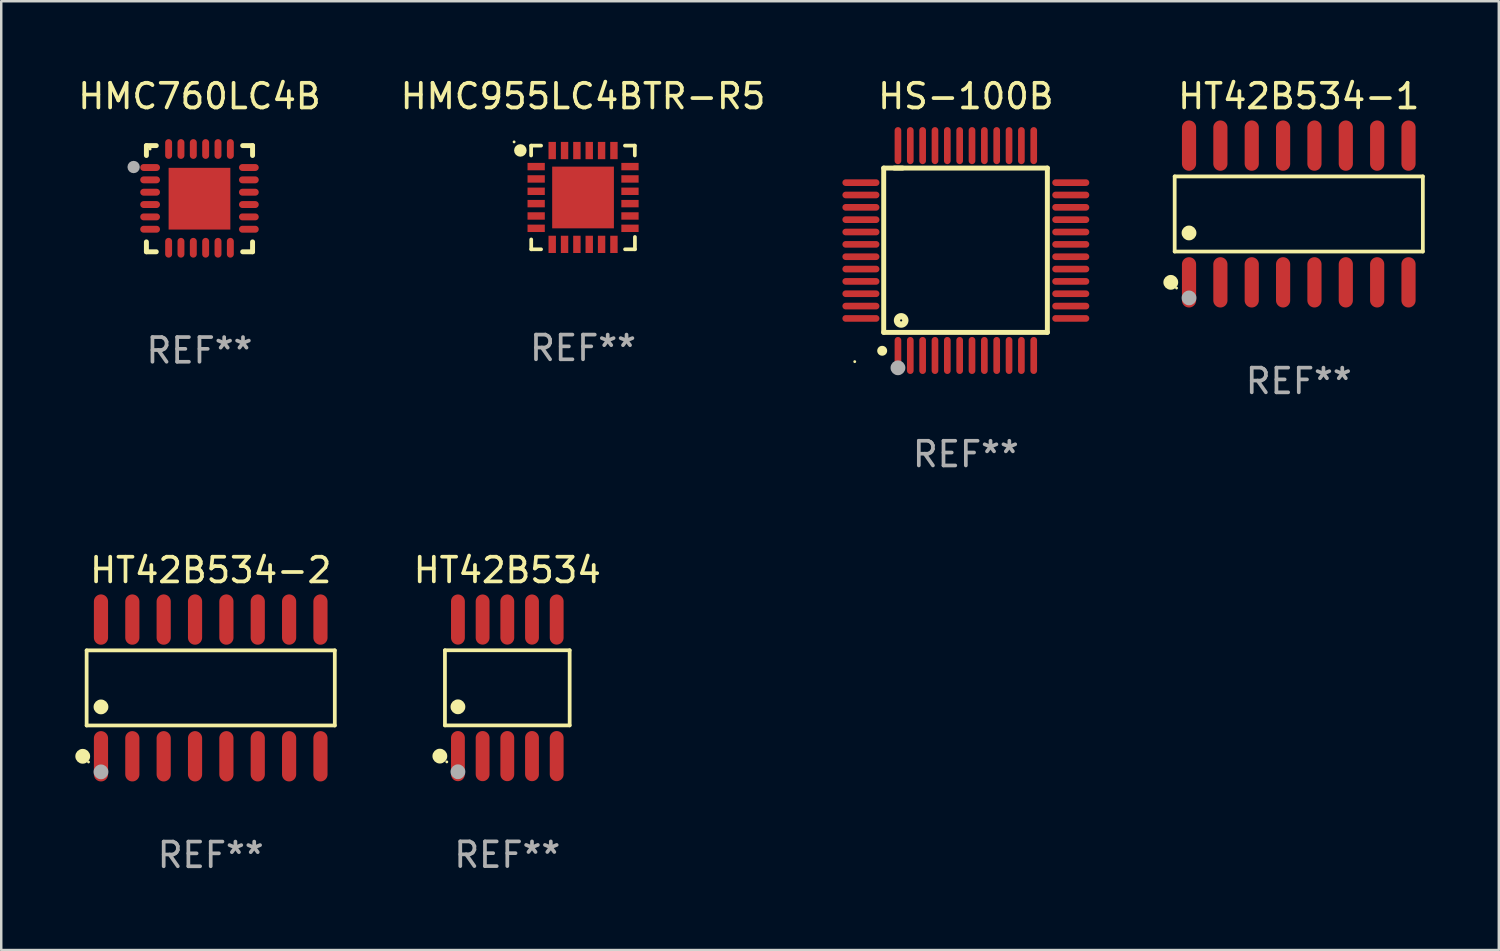
<source format=kicad_pcb>
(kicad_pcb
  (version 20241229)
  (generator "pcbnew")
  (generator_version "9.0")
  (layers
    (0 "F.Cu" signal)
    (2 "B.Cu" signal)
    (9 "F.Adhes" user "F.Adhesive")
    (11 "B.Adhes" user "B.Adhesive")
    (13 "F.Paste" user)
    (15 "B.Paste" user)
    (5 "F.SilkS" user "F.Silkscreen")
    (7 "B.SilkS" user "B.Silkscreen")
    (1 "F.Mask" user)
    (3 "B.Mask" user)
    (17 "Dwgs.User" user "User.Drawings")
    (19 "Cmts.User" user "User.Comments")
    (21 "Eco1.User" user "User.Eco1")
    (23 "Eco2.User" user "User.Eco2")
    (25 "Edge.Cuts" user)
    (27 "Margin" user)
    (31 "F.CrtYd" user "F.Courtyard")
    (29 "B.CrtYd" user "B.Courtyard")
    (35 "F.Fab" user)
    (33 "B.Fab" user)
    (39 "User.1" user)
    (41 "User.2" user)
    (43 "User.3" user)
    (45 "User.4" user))
  (footprint "HT42B534-2"
    (layer "F.Cu")
    (at 5.485 24.814)
    (property "Reference" "HT42B534-2" (at 0 -4.769 0) (layer "F.SilkS") (effects (font (size 1 1) (thickness 0.15))))
    (attr through_hole)
    (fp_line (start -5.026 -1.521) (end 5.026 -1.521) (stroke (width 0.152) (type solid)) (layer "F.SilkS"))
    (fp_line (start -5.026 1.521) (end -5.026 -1.521) (stroke (width 0.152) (type solid)) (layer "F.SilkS"))
    (fp_line (start 5.026 -1.521) (end 5.026 1.521) (stroke (width 0.152) (type solid)) (layer "F.SilkS"))
    (fp_line (start 5.026 1.521) (end -5.026 1.521) (stroke (width 0.152) (type solid)) (layer "F.SilkS"))
    (fp_circle (center -5.184 2.769) (end -5.034 2.769) (stroke (width 0.3) (type solid)) (fill no) (layer "F.SilkS"))
    (fp_circle (center -4.95 3) (end -4.92 3) (stroke (width 0.06) (type solid)) (fill no) (layer "F.SilkS"))
    (fp_circle (center -4.445 0.769) (end -4.295 0.769) (stroke (width 0.3) (type solid)) (fill no) (layer "F.SilkS"))
    (fp_circle (center -4.445 3.4) (end -4.295 3.4) (stroke (width 0.3) (type solid)) (fill no) (layer "F.Fab"))
    (fp_text user "REF**" (at 0 6.769 0) (layer "F.Fab") (effects (font (size 1 1) (thickness 0.15))))
    (pad "1" smd oval (at -4.445 2.769) (size 0.574 2.038) (layers "F.Cu" "F.Mask" "F.Paste"))
    (pad "2" smd oval (at -3.175 2.769) (size 0.574 2.038) (layers "F.Cu" "F.Mask" "F.Paste"))
    (pad "3" smd oval (at -1.905 2.769) (size 0.574 2.038) (layers "F.Cu" "F.Mask" "F.Paste"))
    (pad "4" smd oval (at -0.635 2.769) (size 0.574 2.038) (layers "F.Cu" "F.Mask" "F.Paste"))
    (pad "5" smd oval (at 0.635 2.769) (size 0.574 2.038) (layers "F.Cu" "F.Mask" "F.Paste"))
    (pad "6" smd oval (at 1.905 2.769) (size 0.574 2.038) (layers "F.Cu" "F.Mask" "F.Paste"))
    (pad "7" smd oval (at 3.175 2.769) (size 0.574 2.038) (layers "F.Cu" "F.Mask" "F.Paste"))
    (pad "8" smd oval (at 4.445 2.769) (size 0.574 2.038) (layers "F.Cu" "F.Mask" "F.Paste"))
    (pad "9" smd oval (at 4.445 -2.769) (size 0.574 2.038) (layers "F.Cu" "F.Mask" "F.Paste"))
    (pad "10" smd oval (at 3.175 -2.769) (size 0.574 2.038) (layers "F.Cu" "F.Mask" "F.Paste"))
    (pad "11" smd oval (at 1.905 -2.769) (size 0.574 2.038) (layers "F.Cu" "F.Mask" "F.Paste"))
    (pad "12" smd oval (at 0.635 -2.769) (size 0.574 2.038) (layers "F.Cu" "F.Mask" "F.Paste"))
    (pad "13" smd oval (at -0.635 -2.769) (size 0.574 2.038) (layers "F.Cu" "F.Mask" "F.Paste"))
    (pad "14" smd oval (at -1.905 -2.769) (size 0.574 2.038) (layers "F.Cu" "F.Mask" "F.Paste"))
    (pad "15" smd oval (at -3.175 -2.769) (size 0.574 2.038) (layers "F.Cu" "F.Mask" "F.Paste"))
    (pad "16" smd oval (at -4.445 -2.769) (size 0.574 2.038) (layers "F.Cu" "F.Mask" "F.Paste")))
  (footprint "HMC760LC4B"
    (layer "F.Cu")
    (at 5.03 4.998)
    (property "Reference" "HMC760LC4B" (at 0 -4.15 0) (layer "F.SilkS") (effects (font (size 1 1) (thickness 0.15))))
    (attr through_hole)
    (fp_line (start -2.15 -2.15) (end -1.75 -2.15) (stroke (width 0.2) (type solid)) (layer "F.SilkS"))
    (fp_line (start -2.15 -1.75) (end -2.15 -2.15) (stroke (width 0.2) (type solid)) (layer "F.SilkS"))
    (fp_line (start -2.15 2.15) (end -2.15 1.75) (stroke (width 0.2) (type solid)) (layer "F.SilkS"))
    (fp_line (start -1.75 2.15) (end -2.15 2.15) (stroke (width 0.2) (type solid)) (layer "F.SilkS"))
    (fp_line (start 1.75 -2.15) (end 2.15 -2.15) (stroke (width 0.2) (type solid)) (layer "F.SilkS"))
    (fp_line (start 1.75 2.15) (end 2.15 2.15) (stroke (width 0.2) (type solid)) (layer "F.SilkS"))
    (fp_line (start 2.15 -2.15) (end 2.15 -1.75) (stroke (width 0.2) (type solid)) (layer "F.SilkS"))
    (fp_line (start 2.15 2.15) (end 2.15 1.75) (stroke (width 0.2) (type solid)) (layer "F.SilkS"))
    (fp_circle (center -2 -2.013) (end -1.97 -2.013) (stroke (width 0.06) (type solid)) (fill no) (layer "F.SilkS"))
    (fp_circle (center -2.667 -1.283) (end -2.542 -1.283) (stroke (width 0.25) (type solid)) (fill no) (layer "F.Fab"))
    (fp_text user "REF**" (at 0 6.15 0) (layer "F.Fab") (effects (font (size 1 1) (thickness 0.15))))
    (pad "1" smd oval (at -2 -1.263) (size 0.8 0.28) (layers "F.Cu" "F.Mask" "F.Paste"))
    (pad "2" smd oval (at -2 -0.763) (size 0.8 0.28) (layers "F.Cu" "F.Mask" "F.Paste"))
    (pad "3" smd oval (at -2 -0.263) (size 0.8 0.28) (layers "F.Cu" "F.Mask" "F.Paste"))
    (pad "4" smd oval (at -2 0.237) (size 0.8 0.28) (layers "F.Cu" "F.Mask" "F.Paste"))
    (pad "5" smd oval (at -2 0.737) (size 0.8 0.28) (layers "F.Cu" "F.Mask" "F.Paste"))
    (pad "6" smd oval (at -2 1.237) (size 0.8 0.28) (layers "F.Cu" "F.Mask" "F.Paste"))
    (pad "7" smd oval (at -1.25 1.987) (size 0.28 0.8) (layers "F.Cu" "F.Mask" "F.Paste"))
    (pad "8" smd oval (at -0.75 1.987) (size 0.28 0.8) (layers "F.Cu" "F.Mask" "F.Paste"))
    (pad "9" smd oval (at -0.25 1.987) (size 0.28 0.8) (layers "F.Cu" "F.Mask" "F.Paste"))
    (pad "10" smd oval (at 0.25 1.987) (size 0.28 0.8) (layers "F.Cu" "F.Mask" "F.Paste"))
    (pad "11" smd oval (at 0.75 1.987) (size 0.28 0.8) (layers "F.Cu" "F.Mask" "F.Paste"))
    (pad "12" smd oval (at 1.25 1.987) (size 0.28 0.8) (layers "F.Cu" "F.Mask" "F.Paste"))
    (pad "13" smd oval (at 2 1.237) (size 0.8 0.28) (layers "F.Cu" "F.Mask" "F.Paste"))
    (pad "14" smd oval (at 2 0.737) (size 0.8 0.28) (layers "F.Cu" "F.Mask" "F.Paste"))
    (pad "15" smd oval (at 2 0.237) (size 0.8 0.28) (layers "F.Cu" "F.Mask" "F.Paste"))
    (pad "16" smd oval (at 2 -0.263) (size 0.8 0.28) (layers "F.Cu" "F.Mask" "F.Paste"))
    (pad "17" smd oval (at 2 -0.763) (size 0.8 0.28) (layers "F.Cu" "F.Mask" "F.Paste"))
    (pad "18" smd oval (at 2 -1.263) (size 0.8 0.28) (layers "F.Cu" "F.Mask" "F.Paste"))
    (pad "19" smd oval (at 1.25 -2.013) (size 0.28 0.8) (layers "F.Cu" "F.Mask" "F.Paste"))
    (pad "20" smd oval (at 0.75 -2.013) (size 0.28 0.8) (layers "F.Cu" "F.Mask" "F.Paste"))
    (pad "21" smd oval (at 0.25 -2.013) (size 0.28 0.8) (layers "F.Cu" "F.Mask" "F.Paste"))
    (pad "22" smd oval (at -0.25 -2.013) (size 0.28 0.8) (layers "F.Cu" "F.Mask" "F.Paste"))
    (pad "23" smd oval (at -0.75 -2.013) (size 0.28 0.8) (layers "F.Cu" "F.Mask" "F.Paste"))
    (pad "24" smd oval (at -1.25 -2.013) (size 0.28 0.8) (layers "F.Cu" "F.Mask" "F.Paste"))
    (pad "25" smd rect (at -0.000127 -0.00014) (size 2.5 2.5) (layers "F.Cu" "F.Mask" "F.Paste")))
  (footprint "HS-100B"
    (layer "F.Cu")
    (at 36.071 7.098)
    (property "Reference" "HS-100B" (at 0 -6.25 0) (layer "F.SilkS") (effects (font (size 1 1) (thickness 0.15))))
    (attr through_hole)
    (fp_line (start -3.327 -3.34) (end -2.565 -3.34) (stroke (width 0.2) (type solid)) (layer "F.SilkS"))
    (fp_line (start -3.327 3.315) (end -3.327 -3.34) (stroke (width 0.2) (type solid)) (layer "F.SilkS"))
    (fp_line (start -2.896 -3.34) (end 3.302 -3.34) (stroke (width 0.2) (type solid)) (layer "F.SilkS"))
    (fp_line (start 3.302 -3.34) (end 3.302 3.315) (stroke (width 0.2) (type solid)) (layer "F.SilkS"))
    (fp_line (start 3.302 3.315) (end -3.327 3.315) (stroke (width 0.2) (type solid)) (layer "F.SilkS"))
    (fp_arc (start -3.389992 4.059995) (mid -3.388722 4.059991) (end -3.387452 4.059995) (stroke (width 0.4) (type solid)) (layer "F.SilkS"))
    (fp_circle (center -4.5 4.5) (end -4.47 4.5) (stroke (width 0.06) (type solid)) (fill no) (layer "F.SilkS"))
    (fp_circle (center -2.62 2.83) (end -2.45 2.83) (stroke (width 0.254) (type solid)) (fill no) (layer "F.SilkS"))
    (fp_circle (center -2.75 4.75) (end -2.6 4.75) (stroke (width 0.3) (type solid)) (fill no) (layer "F.Fab"))
    (fp_text user "REF**" (at 0 8.25 0) (layer "F.Fab") (effects (font (size 1 1) (thickness 0.15))))
    (pad "1" smd oval (at -2.75 4.25) (size 0.27 1.5) (layers "F.Cu" "F.Mask" "F.Paste"))
    (pad "2" smd oval (at -2.25 4.25) (size 0.27 1.5) (layers "F.Cu" "F.Mask" "F.Paste"))
    (pad "3" smd oval (at -1.75 4.25) (size 0.27 1.5) (layers "F.Cu" "F.Mask" "F.Paste"))
    (pad "4" smd oval (at -1.25 4.25) (size 0.27 1.5) (layers "F.Cu" "F.Mask" "F.Paste"))
    (pad "5" smd oval (at -0.75 4.25) (size 0.27 1.5) (layers "F.Cu" "F.Mask" "F.Paste"))
    (pad "6" smd oval (at -0.25 4.25) (size 0.27 1.5) (layers "F.Cu" "F.Mask" "F.Paste"))
    (pad "7" smd oval (at 0.25 4.25) (size 0.27 1.5) (layers "F.Cu" "F.Mask" "F.Paste"))
    (pad "8" smd oval (at 0.75 4.25) (size 0.27 1.5) (layers "F.Cu" "F.Mask" "F.Paste"))
    (pad "9" smd oval (at 1.25 4.25) (size 0.27 1.5) (layers "F.Cu" "F.Mask" "F.Paste"))
    (pad "10" smd oval (at 1.75 4.25) (size 0.27 1.5) (layers "F.Cu" "F.Mask" "F.Paste"))
    (pad "11" smd oval (at 2.25 4.25) (size 0.27 1.5) (layers "F.Cu" "F.Mask" "F.Paste"))
    (pad "12" smd oval (at 2.75 4.25) (size 0.27 1.5) (layers "F.Cu" "F.Mask" "F.Paste"))
    (pad "13" smd oval (at 4.25 2.75) (size 1.5 0.27) (layers "F.Cu" "F.Mask" "F.Paste"))
    (pad "14" smd oval (at 4.25 2.25) (size 1.5 0.27) (layers "F.Cu" "F.Mask" "F.Paste"))
    (pad "15" smd oval (at 4.25 1.75) (size 1.5 0.27) (layers "F.Cu" "F.Mask" "F.Paste"))
    (pad "16" smd oval (at 4.25 1.25) (size 1.5 0.27) (layers "F.Cu" "F.Mask" "F.Paste"))
    (pad "17" smd oval (at 4.25 0.75) (size 1.5 0.27) (layers "F.Cu" "F.Mask" "F.Paste"))
    (pad "18" smd oval (at 4.25 0.25) (size 1.5 0.27) (layers "F.Cu" "F.Mask" "F.Paste"))
    (pad "19" smd oval (at 4.25 -0.25) (size 1.5 0.27) (layers "F.Cu" "F.Mask" "F.Paste"))
    (pad "20" smd oval (at 4.25 -0.75) (size 1.5 0.27) (layers "F.Cu" "F.Mask" "F.Paste"))
    (pad "21" smd oval (at 4.25 -1.25) (size 1.5 0.27) (layers "F.Cu" "F.Mask" "F.Paste"))
    (pad "22" smd oval (at 4.25 -1.75) (size 1.5 0.27) (layers "F.Cu" "F.Mask" "F.Paste"))
    (pad "23" smd oval (at 4.25 -2.25) (size 1.5 0.27) (layers "F.Cu" "F.Mask" "F.Paste"))
    (pad "24" smd oval (at 4.25 -2.75) (size 1.5 0.27) (layers "F.Cu" "F.Mask" "F.Paste"))
    (pad "25" smd oval (at 2.75 -4.25) (size 0.27 1.5) (layers "F.Cu" "F.Mask" "F.Paste"))
    (pad "26" smd oval (at 2.25 -4.25) (size 0.27 1.5) (layers "F.Cu" "F.Mask" "F.Paste"))
    (pad "27" smd oval (at 1.75 -4.25) (size 0.27 1.5) (layers "F.Cu" "F.Mask" "F.Paste"))
    (pad "28" smd oval (at 1.25 -4.25) (size 0.27 1.5) (layers "F.Cu" "F.Mask" "F.Paste"))
    (pad "29" smd oval (at 0.75 -4.25) (size 0.27 1.5) (layers "F.Cu" "F.Mask" "F.Paste"))
    (pad "30" smd oval (at 0.25 -4.25) (size 0.27 1.5) (layers "F.Cu" "F.Mask" "F.Paste"))
    (pad "31" smd oval (at -0.25 -4.25) (size 0.27 1.5) (layers "F.Cu" "F.Mask" "F.Paste"))
    (pad "32" smd oval (at -0.75 -4.25) (size 0.27 1.5) (layers "F.Cu" "F.Mask" "F.Paste"))
    (pad "33" smd oval (at -1.25 -4.25) (size 0.27 1.5) (layers "F.Cu" "F.Mask" "F.Paste"))
    (pad "34" smd oval (at -1.75 -4.25) (size 0.27 1.5) (layers "F.Cu" "F.Mask" "F.Paste"))
    (pad "35" smd oval (at -2.25 -4.25) (size 0.27 1.5) (layers "F.Cu" "F.Mask" "F.Paste"))
    (pad "36" smd oval (at -2.75 -4.25) (size 0.27 1.5) (layers "F.Cu" "F.Mask" "F.Paste"))
    (pad "37" smd oval (at -4.25 -2.75) (size 1.5 0.27) (layers "F.Cu" "F.Mask" "F.Paste"))
    (pad "38" smd oval (at -4.25 -2.25) (size 1.5 0.27) (layers "F.Cu" "F.Mask" "F.Paste"))
    (pad "39" smd oval (at -4.25 -1.75) (size 1.5 0.27) (layers "F.Cu" "F.Mask" "F.Paste"))
    (pad "40" smd oval (at -4.25 -1.25) (size 1.5 0.27) (layers "F.Cu" "F.Mask" "F.Paste"))
    (pad "41" smd oval (at -4.25 -0.75) (size 1.5 0.27) (layers "F.Cu" "F.Mask" "F.Paste"))
    (pad "42" smd oval (at -4.25 -0.25) (size 1.5 0.27) (layers "F.Cu" "F.Mask" "F.Paste"))
    (pad "43" smd oval (at -4.25 0.25) (size 1.5 0.27) (layers "F.Cu" "F.Mask" "F.Paste"))
    (pad "44" smd oval (at -4.25 0.75) (size 1.5 0.27) (layers "F.Cu" "F.Mask" "F.Paste"))
    (pad "45" smd oval (at -4.25 1.25) (size 1.5 0.27) (layers "F.Cu" "F.Mask" "F.Paste"))
    (pad "46" smd oval (at -4.25 1.75) (size 1.5 0.27) (layers "F.Cu" "F.Mask" "F.Paste"))
    (pad "47" smd oval (at -4.25 2.25) (size 1.5 0.27) (layers "F.Cu" "F.Mask" "F.Paste"))
    (pad "48" smd oval (at -4.25 2.75) (size 1.5 0.27) (layers "F.Cu" "F.Mask" "F.Paste")))
  (footprint "HMC955LC4BTR-R5"
    (layer "F.Cu")
    (at 20.565 4.948)
    (property "Reference" "HMC955LC4BTR-R5" (at 0 -4.1 0) (layer "F.SilkS") (effects (font (size 1 1) (thickness 0.15))))
    (attr through_hole)
    (fp_line (start -2.102 -2.1) (end -1.698 -2.1) (stroke (width 0.15) (type solid)) (layer "F.SilkS"))
    (fp_line (start -2.102 -1.7) (end -2.102 -2.1) (stroke (width 0.15) (type solid)) (layer "F.SilkS"))
    (fp_line (start -2.098 1.7) (end -2.098 2.1) (stroke (width 0.15) (type solid)) (layer "F.SilkS"))
    (fp_line (start -2.098 2.1) (end -1.698 2.1) (stroke (width 0.15) (type solid)) (layer "F.SilkS"))
    (fp_line (start 1.698 -2.1) (end 2.098 -2.1) (stroke (width 0.15) (type solid)) (layer "F.SilkS"))
    (fp_line (start 2.098 -2.1) (end 2.098 -1.7) (stroke (width 0.15) (type solid)) (layer "F.SilkS"))
    (fp_line (start 2.102 1.6) (end 2.102 2.1) (stroke (width 0.15) (type solid)) (layer "F.SilkS"))
    (fp_line (start 2.102 2.1) (end 1.702 2.1) (stroke (width 0.15) (type solid)) (layer "F.SilkS"))
    (fp_circle (center -2.792 -2.25) (end -2.762 -2.25) (stroke (width 0.06) (type solid)) (fill no) (layer "F.SilkS"))
    (fp_circle (center -2.538 -1.905) (end -2.411 -1.905) (stroke (width 0.254) (type solid)) (fill no) (layer "F.SilkS"))
    (fp_text user "REF**" (at 0 6.1 0) (layer "F.Fab") (effects (font (size 1 1) (thickness 0.15))))
    (pad "1" smd rect (at -1.898 -1.25 90) (size 0.3 0.7) (layers "F.Cu" "F.Mask" "F.Paste"))
    (pad "2" smd rect (at -1.898 -0.75 90) (size 0.3 0.7) (layers "F.Cu" "F.Mask" "F.Paste"))
    (pad "3" smd rect (at -1.898 -0.25 90) (size 0.3 0.7) (layers "F.Cu" "F.Mask" "F.Paste"))
    (pad "4" smd rect (at -1.898 0.25 90) (size 0.3 0.7) (layers "F.Cu" "F.Mask" "F.Paste"))
    (pad "5" smd rect (at -1.898 0.75 90) (size 0.3 0.7) (layers "F.Cu" "F.Mask" "F.Paste"))
    (pad "6" smd rect (at -1.898 1.25 90) (size 0.3 0.7) (layers "F.Cu" "F.Mask" "F.Paste"))
    (pad "7" smd rect (at -1.248 1.9 180) (size 0.3 0.7) (layers "F.Cu" "F.Mask" "F.Paste"))
    (pad "8" smd rect (at -0.748 1.9 180) (size 0.3 0.7) (layers "F.Cu" "F.Mask" "F.Paste"))
    (pad "9" smd rect (at -0.248 1.9 180) (size 0.3 0.7) (layers "F.Cu" "F.Mask" "F.Paste"))
    (pad "10" smd rect (at 0.252 1.9 180) (size 0.3 0.7) (layers "F.Cu" "F.Mask" "F.Paste"))
    (pad "11" smd rect (at 0.752 1.9 180) (size 0.3 0.7) (layers "F.Cu" "F.Mask" "F.Paste"))
    (pad "12" smd rect (at 1.252 1.9 180) (size 0.3 0.7) (layers "F.Cu" "F.Mask" "F.Paste"))
    (pad "13" smd rect (at 1.902 1.25 270) (size 0.3 0.7) (layers "F.Cu" "F.Mask" "F.Paste"))
    (pad "14" smd rect (at 1.902 0.75 270) (size 0.3 0.7) (layers "F.Cu" "F.Mask" "F.Paste"))
    (pad "15" smd rect (at 1.902 0.25 270) (size 0.3 0.7) (layers "F.Cu" "F.Mask" "F.Paste"))
    (pad "16" smd rect (at 1.902 -0.25 270) (size 0.3 0.7) (layers "F.Cu" "F.Mask" "F.Paste"))
    (pad "17" smd rect (at 1.902 -0.75 270) (size 0.3 0.7) (layers "F.Cu" "F.Mask" "F.Paste"))
    (pad "18" smd rect (at 1.902 -1.25 270) (size 0.3 0.7) (layers "F.Cu" "F.Mask" "F.Paste"))
    (pad "19" smd rect (at 1.252 -1.9) (size 0.3 0.7) (layers "F.Cu" "F.Mask" "F.Paste"))
    (pad "20" smd rect (at 0.752 -1.9) (size 0.3 0.7) (layers "F.Cu" "F.Mask" "F.Paste"))
    (pad "21" smd rect (at 0.252 -1.9) (size 0.3 0.7) (layers "F.Cu" "F.Mask" "F.Paste"))
    (pad "22" smd rect (at -0.248 -1.9) (size 0.3 0.7) (layers "F.Cu" "F.Mask" "F.Paste"))
    (pad "23" smd rect (at -0.748 -1.9) (size 0.3 0.7) (layers "F.Cu" "F.Mask" "F.Paste"))
    (pad "24" smd rect (at -1.248 -1.9) (size 0.3 0.7) (layers "F.Cu" "F.Mask" "F.Paste"))
    (pad "25" smd rect (at 0.001 0.001) (size 2.5 2.5) (layers "F.Cu" "F.Mask" "F.Paste")))
  (footprint "HT42B534-1"
    (layer "F.Cu")
    (at 49.556 5.617)
    (property "Reference" "HT42B534-1" (at 0 -4.769 0) (layer "F.SilkS") (effects (font (size 1 1) (thickness 0.15))))
    (attr through_hole)
    (fp_line (start -5.026 -1.521) (end 5.026 -1.521) (stroke (width 0.152) (type solid)) (layer "F.SilkS"))
    (fp_line (start -5.026 1.521) (end -5.026 -1.521) (stroke (width 0.152) (type solid)) (layer "F.SilkS"))
    (fp_line (start 5.026 -1.521) (end 5.026 1.521) (stroke (width 0.152) (type solid)) (layer "F.SilkS"))
    (fp_line (start 5.026 1.521) (end -5.026 1.521) (stroke (width 0.152) (type solid)) (layer "F.SilkS"))
    (fp_circle (center -5.184 2.769) (end -5.034 2.769) (stroke (width 0.3) (type solid)) (fill no) (layer "F.SilkS"))
    (fp_circle (center -4.95 3) (end -4.92 3) (stroke (width 0.06) (type solid)) (fill no) (layer "F.SilkS"))
    (fp_circle (center -4.445 0.769) (end -4.295 0.769) (stroke (width 0.3) (type solid)) (fill no) (layer "F.SilkS"))
    (fp_circle (center -4.445 3.4) (end -4.295 3.4) (stroke (width 0.3) (type solid)) (fill no) (layer "F.Fab"))
    (fp_text user "REF**" (at 0 6.769 0) (layer "F.Fab") (effects (font (size 1 1) (thickness 0.15))))
    (pad "1" smd oval (at -4.445 2.769) (size 0.574 2.038) (layers "F.Cu" "F.Mask" "F.Paste"))
    (pad "2" smd oval (at -3.175 2.769) (size 0.574 2.038) (layers "F.Cu" "F.Mask" "F.Paste"))
    (pad "3" smd oval (at -1.905 2.769) (size 0.574 2.038) (layers "F.Cu" "F.Mask" "F.Paste"))
    (pad "4" smd oval (at -0.635 2.769) (size 0.574 2.038) (layers "F.Cu" "F.Mask" "F.Paste"))
    (pad "5" smd oval (at 0.635 2.769) (size 0.574 2.038) (layers "F.Cu" "F.Mask" "F.Paste"))
    (pad "6" smd oval (at 1.905 2.769) (size 0.574 2.038) (layers "F.Cu" "F.Mask" "F.Paste"))
    (pad "7" smd oval (at 3.175 2.769) (size 0.574 2.038) (layers "F.Cu" "F.Mask" "F.Paste"))
    (pad "8" smd oval (at 4.445 2.769) (size 0.574 2.038) (layers "F.Cu" "F.Mask" "F.Paste"))
    (pad "9" smd oval (at 4.445 -2.769) (size 0.574 2.038) (layers "F.Cu" "F.Mask" "F.Paste"))
    (pad "10" smd oval (at 3.175 -2.769) (size 0.574 2.038) (layers "F.Cu" "F.Mask" "F.Paste"))
    (pad "11" smd oval (at 1.905 -2.769) (size 0.574 2.038) (layers "F.Cu" "F.Mask" "F.Paste"))
    (pad "12" smd oval (at 0.635 -2.769) (size 0.574 2.038) (layers "F.Cu" "F.Mask" "F.Paste"))
    (pad "13" smd oval (at -0.635 -2.769) (size 0.574 2.038) (layers "F.Cu" "F.Mask" "F.Paste"))
    (pad "14" smd oval (at -1.905 -2.769) (size 0.574 2.038) (layers "F.Cu" "F.Mask" "F.Paste"))
    (pad "15" smd oval (at -3.175 -2.769) (size 0.574 2.038) (layers "F.Cu" "F.Mask" "F.Paste"))
    (pad "16" smd oval (at -4.445 -2.769) (size 0.574 2.038) (layers "F.Cu" "F.Mask" "F.Paste")))
  (footprint "HT42B534"
    (layer "F.Cu")
    (at 17.498 24.81)
    (property "Reference" "HT42B534" (at 0 -4.766 0) (layer "F.SilkS") (effects (font (size 1 1) (thickness 0.15))))
    (attr through_hole)
    (fp_line (start -2.526 -1.521) (end 2.526 -1.521) (stroke (width 0.152) (type solid)) (layer "F.SilkS"))
    (fp_line (start -2.526 1.521) (end -2.526 -1.521) (stroke (width 0.152) (type solid)) (layer "F.SilkS"))
    (fp_line (start 2.526 -1.521) (end 2.526 1.521) (stroke (width 0.152) (type solid)) (layer "F.SilkS"))
    (fp_line (start 2.526 1.521) (end -2.526 1.521) (stroke (width 0.152) (type solid)) (layer "F.SilkS"))
    (fp_circle (center -2.732 2.766) (end -2.582 2.766) (stroke (width 0.3) (type solid)) (fill no) (layer "F.SilkS"))
    (fp_circle (center -2.45 3) (end -2.42 3) (stroke (width 0.06) (type solid)) (fill no) (layer "F.SilkS"))
    (fp_circle (center -2 0.769) (end -1.85 0.769) (stroke (width 0.3) (type solid)) (fill no) (layer "F.SilkS"))
    (fp_circle (center -2 3.4) (end -1.85 3.4) (stroke (width 0.3) (type solid)) (fill no) (layer "F.Fab"))
    (fp_text user "REF**" (at 0 6.766 0) (layer "F.Fab") (effects (font (size 1 1) (thickness 0.15))))
    (pad "1" smd oval (at -2 2.766) (size 0.56 2.031) (layers "F.Cu" "F.Mask" "F.Paste"))
    (pad "2" smd oval (at -1 2.766) (size 0.56 2.031) (layers "F.Cu" "F.Mask" "F.Paste"))
    (pad "3" smd oval (at 0 2.766) (size 0.56 2.031) (layers "F.Cu" "F.Mask" "F.Paste"))
    (pad "4" smd oval (at 1 2.766) (size 0.56 2.031) (layers "F.Cu" "F.Mask" "F.Paste"))
    (pad "5" smd oval (at 2 2.766) (size 0.56 2.031) (layers "F.Cu" "F.Mask" "F.Paste"))
    (pad "6" smd oval (at 2 -2.766) (size 0.56 2.031) (layers "F.Cu" "F.Mask" "F.Paste"))
    (pad "7" smd oval (at 1 -2.766) (size 0.56 2.031) (layers "F.Cu" "F.Mask" "F.Paste"))
    (pad "8" smd oval (at 0 -2.766) (size 0.56 2.031) (layers "F.Cu" "F.Mask" "F.Paste"))
    (pad "9" smd oval (at -1 -2.766) (size 0.56 2.031) (layers "F.Cu" "F.Mask" "F.Paste"))
    (pad "10" smd oval (at -2 -2.766) (size 0.56 2.031) (layers "F.Cu" "F.Mask" "F.Paste")))
  (gr_rect
    (start -3 -3)
    (end 57.658 35.431)
    (stroke (width 0.1) (type default))
    (fill no)
    (layer "Edge.Cuts")))
</source>
